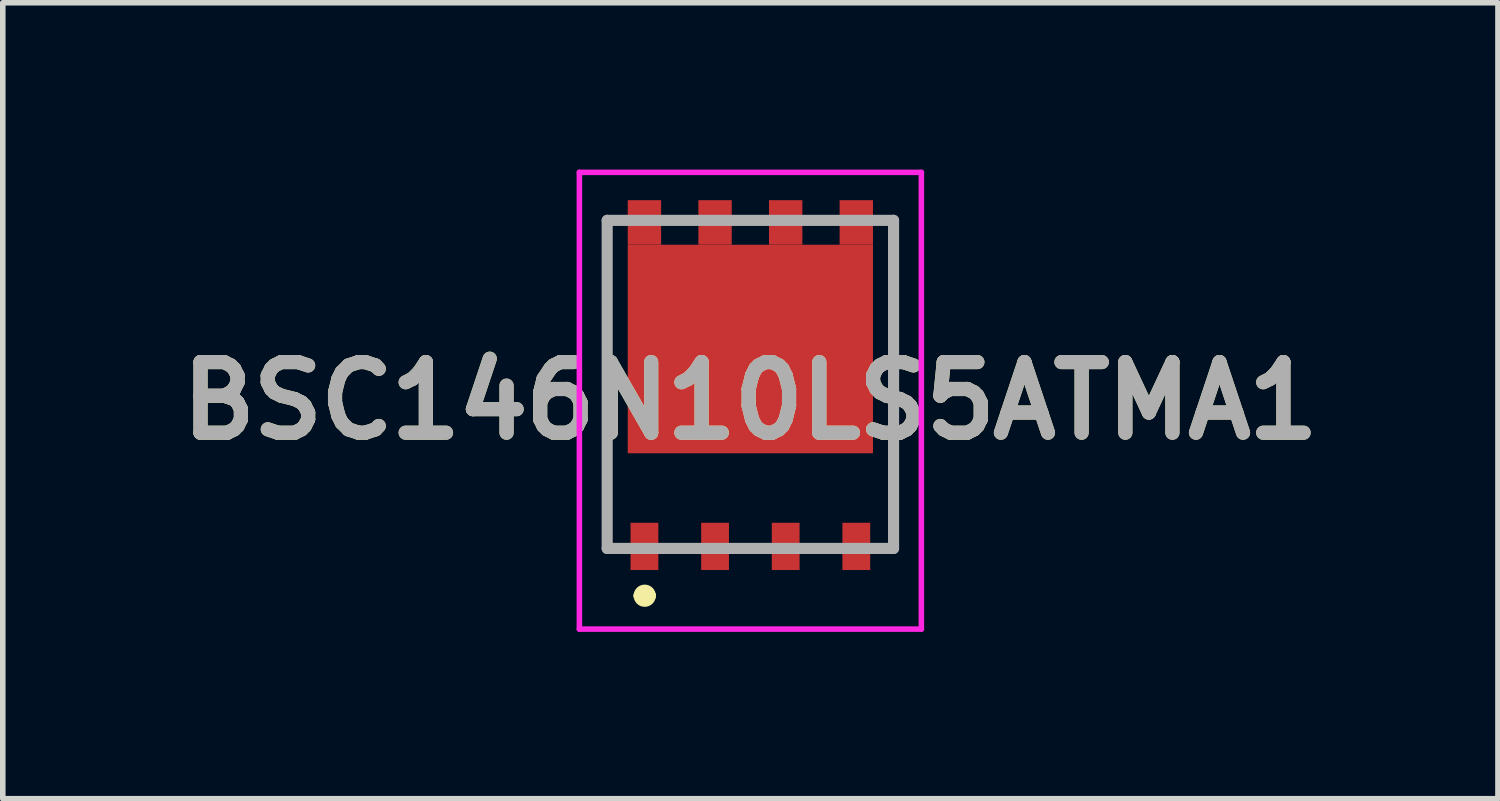
<source format=kicad_pcb>
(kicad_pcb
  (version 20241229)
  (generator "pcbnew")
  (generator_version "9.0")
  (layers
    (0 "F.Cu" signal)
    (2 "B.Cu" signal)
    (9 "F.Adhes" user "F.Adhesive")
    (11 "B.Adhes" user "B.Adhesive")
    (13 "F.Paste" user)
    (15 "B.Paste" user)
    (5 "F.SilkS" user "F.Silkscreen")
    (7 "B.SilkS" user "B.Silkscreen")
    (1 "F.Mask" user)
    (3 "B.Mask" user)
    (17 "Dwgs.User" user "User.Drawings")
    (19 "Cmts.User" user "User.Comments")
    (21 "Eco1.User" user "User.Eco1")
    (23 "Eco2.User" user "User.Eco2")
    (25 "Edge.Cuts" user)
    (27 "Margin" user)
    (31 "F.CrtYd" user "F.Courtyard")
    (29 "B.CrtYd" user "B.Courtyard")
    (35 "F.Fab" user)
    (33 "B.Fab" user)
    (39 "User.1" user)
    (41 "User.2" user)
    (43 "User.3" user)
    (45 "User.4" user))
  (footprint "BSC146N10LS5ATMA1"
    (layer "F.Cu")
    (at 10.444 3.863)
    (property "Reference" "BSC146N10LS5ATMA1" (at 0 0.294 0) (layer "F.SilkS") (effects (font (size 1.27 1.27) (thickness 0.254))))
    (attr smd)
    (fp_line (start -2.575 -3) (end -2.575 2.95) (stroke (width 0.1) (type solid)) (layer "F.SilkS"))
    (fp_line (start -2 3.8) (end -2 3.8) (stroke (width 0.2) (type solid)) (layer "F.SilkS"))
    (fp_line (start -1.8 3.8) (end -1.8 3.8) (stroke (width 0.2) (type solid)) (layer "F.SilkS"))
    (fp_line (start -0.1 -2.95) (end 0.1 -2.95) (stroke (width 0.1) (type solid)) (layer "F.SilkS"))
    (fp_line (start -0.1 2.95) (end 0.1 2.95) (stroke (width 0.1) (type solid)) (layer "F.SilkS"))
    (fp_line (start 2.575 -3) (end 2.575 2.95) (stroke (width 0.1) (type solid)) (layer "F.SilkS"))
    (fp_arc (start -2 3.8) (mid -1.9 3.7) (end -1.8 3.8) (stroke (width 0.2) (type solid)) (layer "F.SilkS"))
    (fp_arc (start -1.8 3.8) (mid -1.9 3.9) (end -2 3.8) (stroke (width 0.2) (type solid)) (layer "F.SilkS"))
    (fp_line (start -3.075 -3.813) (end 3.075 -3.813) (stroke (width 0.1) (type solid)) (layer "F.CrtYd"))
    (fp_line (start -3.075 4.4) (end -3.075 -3.813) (stroke (width 0.1) (type solid)) (layer "F.CrtYd"))
    (fp_line (start 3.075 -3.813) (end 3.075 4.4) (stroke (width 0.1) (type solid)) (layer "F.CrtYd"))
    (fp_line (start 3.075 4.4) (end -3.075 4.4) (stroke (width 0.1) (type solid)) (layer "F.CrtYd"))
    (fp_line (start -2.575 -2.95) (end 2.575 -2.95) (stroke (width 0.2) (type solid)) (layer "F.Fab"))
    (fp_line (start -2.575 2.95) (end -2.575 -2.95) (stroke (width 0.2) (type solid)) (layer "F.Fab"))
    (fp_line (start 2.575 -2.95) (end 2.575 2.95) (stroke (width 0.2) (type solid)) (layer "F.Fab"))
    (fp_line (start 2.575 2.95) (end -2.575 2.95) (stroke (width 0.2) (type solid)) (layer "F.Fab"))
    (fp_text user "${REFERENCE}" (at 0 0.294 0) (layer "F.Fab") (effects (font (size 1.27 1.27) (thickness 0.254))))
    (pad "1" smd rect (at -1.905 2.913) (size 0.5 0.85) (layers "F.Cu" "F.Mask" "F.Paste"))
    (pad "1" smd rect (at -0.635 2.913) (size 0.5 0.85) (layers "F.Cu" "F.Mask" "F.Paste"))
    (pad "1" smd rect (at 0.635 2.913) (size 0.5 0.85) (layers "F.Cu" "F.Mask" "F.Paste"))
    (pad "4" smd rect (at 1.905 2.913) (size 0.5 0.85) (layers "F.Cu" "F.Mask" "F.Paste"))
    (pad "5" smd rect (at -1.905 -2.913) (size 0.6 0.8) (layers "F.Cu" "F.Mask" "F.Paste"))
    (pad "5" smd rect (at -0.635 -2.913) (size 0.6 0.8) (layers "F.Cu" "F.Mask" "F.Paste"))
    (pad "5" smd rect (at 0 -0.637 90) (size 3.75 4.41) (layers "F.Cu" "F.Mask" "F.Paste"))
    (pad "5" smd rect (at 0.635 -2.913) (size 0.6 0.8) (layers "F.Cu" "F.Mask" "F.Paste"))
    (pad "5" smd rect (at 1.905 -2.913) (size 0.6 0.8) (layers "F.Cu" "F.Mask" "F.Paste")))
  (gr_rect
    (start -3 -3)
    (end 23.888 11.313)
    (stroke (width 0.1) (type default))
    (fill no)
    (layer "Edge.Cuts")))
</source>
